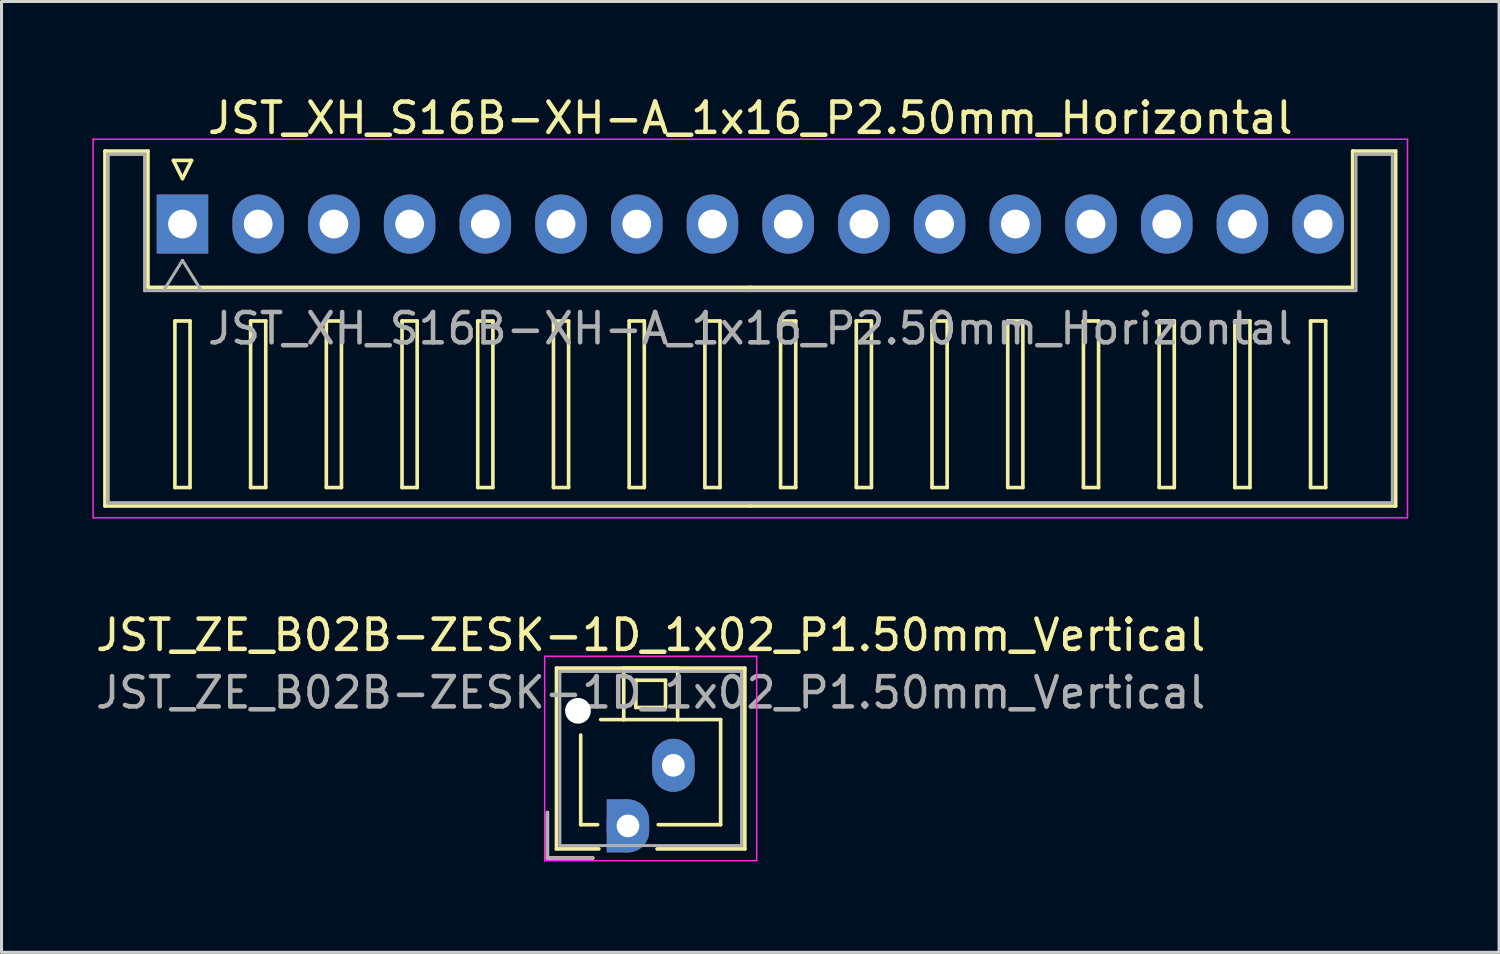
<source format=kicad_pcb>
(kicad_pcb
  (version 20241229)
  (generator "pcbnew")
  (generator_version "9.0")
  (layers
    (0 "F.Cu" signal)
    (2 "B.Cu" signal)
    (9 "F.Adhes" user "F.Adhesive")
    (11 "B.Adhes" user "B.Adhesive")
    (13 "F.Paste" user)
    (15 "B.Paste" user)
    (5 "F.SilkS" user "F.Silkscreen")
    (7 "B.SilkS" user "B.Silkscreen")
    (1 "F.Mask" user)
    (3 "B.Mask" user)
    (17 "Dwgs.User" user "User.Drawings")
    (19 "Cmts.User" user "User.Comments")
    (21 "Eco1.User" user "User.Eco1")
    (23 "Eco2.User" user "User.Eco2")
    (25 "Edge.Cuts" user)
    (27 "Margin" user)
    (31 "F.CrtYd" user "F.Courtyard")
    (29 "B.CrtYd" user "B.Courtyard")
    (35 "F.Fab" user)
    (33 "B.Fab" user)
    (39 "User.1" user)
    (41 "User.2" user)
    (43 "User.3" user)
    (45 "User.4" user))
  (footprint "JST_ZE_B02B-ZESK-1D_1x02_P1.50mm_Vertical"
    (layer "F.Cu")
    (at 17.685 24.221)
    (property "Reference" "JST_ZE_B02B-ZESK-1D_1x02_P1.50mm_Vertical" (at 0.75 -6.3 0) (layer "F.SilkS") (effects (font (size 1 1) (thickness 0.15))))
    (attr through_hole)
    (fp_line (start -2.66 -0.44) (end -2.66 1.06) (stroke (width 0.12) (type solid)) (layer "F.SilkS"))
    (fp_line (start -2.66 1.06) (end -1.16 1.06) (stroke (width 0.12) (type solid)) (layer "F.SilkS"))
    (fp_line (start -2.36 -5.21) (end 3.86 -5.21) (stroke (width 0.12) (type solid)) (layer "F.SilkS"))
    (fp_line (start -2.36 0.76) (end -2.36 -5.21) (stroke (width 0.12) (type solid)) (layer "F.SilkS"))
    (fp_line (start -1.56 -3) (end -1.56 -0.04) (stroke (width 0.12) (type solid)) (layer "F.SilkS"))
    (fp_line (start -1.56 -0.04) (end -1 -0.04) (stroke (width 0.12) (type solid)) (layer "F.SilkS"))
    (fp_line (start -0.96 0.76) (end -2.36 0.76) (stroke (width 0.12) (type solid)) (layer "F.SilkS"))
    (fp_line (start -0.14 -5.21) (end -0.14 -3.51) (stroke (width 0.12) (type solid)) (layer "F.SilkS"))
    (fp_line (start -0.14 -3.51) (end -0.9 -3.51) (stroke (width 0.12) (type solid)) (layer "F.SilkS"))
    (fp_line (start -0.14 -3.51) (end 1.64 -3.51) (stroke (width 0.12) (type solid)) (layer "F.SilkS"))
    (fp_line (start 0.26 -4.81) (end 0.26 -3.91) (stroke (width 0.12) (type solid)) (layer "F.SilkS"))
    (fp_line (start 0.26 -3.91) (end 1.24 -3.91) (stroke (width 0.12) (type solid)) (layer "F.SilkS"))
    (fp_line (start 1.24 -4.81) (end 0.26 -4.81) (stroke (width 0.12) (type solid)) (layer "F.SilkS"))
    (fp_line (start 1.24 -3.91) (end 1.24 -4.81) (stroke (width 0.12) (type solid)) (layer "F.SilkS"))
    (fp_line (start 1.64 -5.21) (end -0.14 -5.21) (stroke (width 0.12) (type solid)) (layer "F.SilkS"))
    (fp_line (start 1.64 -3.51) (end 1.64 -5.21) (stroke (width 0.12) (type solid)) (layer "F.SilkS"))
    (fp_line (start 1.64 -3.51) (end 3.06 -3.51) (stroke (width 0.12) (type solid)) (layer "F.SilkS"))
    (fp_line (start 3.06 -3.51) (end 3.06 -0.04) (stroke (width 0.12) (type solid)) (layer "F.SilkS"))
    (fp_line (start 3.06 -0.04) (end 1 -0.04) (stroke (width 0.12) (type solid)) (layer "F.SilkS"))
    (fp_line (start 3.86 -5.21) (end 3.86 0.76) (stroke (width 0.12) (type solid)) (layer "F.SilkS"))
    (fp_line (start 3.86 0.76) (end 0.96 0.76) (stroke (width 0.12) (type solid)) (layer "F.SilkS"))
    (fp_line (start -2.75 -5.6) (end -2.75 1.15) (stroke (width 0.05) (type solid)) (layer "F.CrtYd"))
    (fp_line (start -2.75 1.15) (end 4.25 1.15) (stroke (width 0.05) (type solid)) (layer "F.CrtYd"))
    (fp_line (start 4.25 -5.6) (end -2.75 -5.6) (stroke (width 0.05) (type solid)) (layer "F.CrtYd"))
    (fp_line (start 4.25 1.15) (end 4.25 -5.6) (stroke (width 0.05) (type solid)) (layer "F.CrtYd"))
    (fp_line (start -2.66 -0.44) (end -2.66 1.06) (stroke (width 0.1) (type solid)) (layer "F.Fab"))
    (fp_line (start -2.66 1.06) (end -1.16 1.06) (stroke (width 0.1) (type solid)) (layer "F.Fab"))
    (fp_line (start -2.25 -5.1) (end -2.25 0.65) (stroke (width 0.1) (type solid)) (layer "F.Fab"))
    (fp_line (start -2.25 0.65) (end 3.75 0.65) (stroke (width 0.1) (type solid)) (layer "F.Fab"))
    (fp_line (start 3.75 -5.1) (end -2.25 -5.1) (stroke (width 0.1) (type solid)) (layer "F.Fab"))
    (fp_line (start 3.75 0.65) (end 3.75 -5.1) (stroke (width 0.1) (type solid)) (layer "F.Fab"))
    (fp_text user "${REFERENCE}" (at 0.75 -4.4 0) (layer "F.Fab") (effects (font (size 1 1) (thickness 0.15))))
    (pad "" np_thru_hole circle (at -1.65 -3.8) (size 0.85 0.85) (drill 0.85) (layers "*.Cu" "*.Mask"))
    (pad "1" smd rect (at -0.35 0) (size 0.7 1.75) (layers "F.Cu" "F.Mask"))
    (pad "1" smd rect (at -0.35 0) (size 0.7 1.75) (layers "B.Cu" "B.Mask"))
    (pad "1" thru_hole oval (at 0 0) (size 1.4 1.75) (drill 0.75) (layers "*.Cu" "*.Mask"))
    (pad "2" thru_hole oval (at 1.5 -2) (size 1.4 1.75) (drill 0.75) (layers "*.Cu" "*.Mask")))
  (footprint "JST_XH_S16B-XH-A_1x16_P2.50mm_Horizontal"
    (layer "F.Cu")
    (at 2.975 4.348)
    (property "Reference" "JST_XH_S16B-XH-A_1x16_P2.50mm_Horizontal" (at 18.75 -3.5 0) (layer "F.SilkS") (effects (font (size 1 1) (thickness 0.15))))
    (attr through_hole)
    (fp_line (start -2.56 -2.41) (end -1.14 -2.41) (stroke (width 0.12) (type solid)) (layer "F.SilkS"))
    (fp_line (start -2.56 9.31) (end -2.56 -2.41) (stroke (width 0.12) (type solid)) (layer "F.SilkS"))
    (fp_line (start -1.14 -2.41) (end -1.14 2.09) (stroke (width 0.12) (type solid)) (layer "F.SilkS"))
    (fp_line (start -1.14 2.09) (end 18.75 2.09) (stroke (width 0.12) (type solid)) (layer "F.SilkS"))
    (fp_line (start -0.3 -2.1) (end 0.3 -2.1) (stroke (width 0.12) (type solid)) (layer "F.SilkS"))
    (fp_line (start -0.25 3.2) (end -0.25 8.7) (stroke (width 0.12) (type solid)) (layer "F.SilkS"))
    (fp_line (start -0.25 8.7) (end 0.25 8.7) (stroke (width 0.12) (type solid)) (layer "F.SilkS"))
    (fp_line (start 0 -1.5) (end -0.3 -2.1) (stroke (width 0.12) (type solid)) (layer "F.SilkS"))
    (fp_line (start 0.25 3.2) (end -0.25 3.2) (stroke (width 0.12) (type solid)) (layer "F.SilkS"))
    (fp_line (start 0.25 8.7) (end 0.25 3.2) (stroke (width 0.12) (type solid)) (layer "F.SilkS"))
    (fp_line (start 0.3 -2.1) (end 0 -1.5) (stroke (width 0.12) (type solid)) (layer "F.SilkS"))
    (fp_line (start 2.25 3.2) (end 2.25 8.7) (stroke (width 0.12) (type solid)) (layer "F.SilkS"))
    (fp_line (start 2.25 8.7) (end 2.75 8.7) (stroke (width 0.12) (type solid)) (layer "F.SilkS"))
    (fp_line (start 2.75 3.2) (end 2.25 3.2) (stroke (width 0.12) (type solid)) (layer "F.SilkS"))
    (fp_line (start 2.75 8.7) (end 2.75 3.2) (stroke (width 0.12) (type solid)) (layer "F.SilkS"))
    (fp_line (start 4.75 3.2) (end 4.75 8.7) (stroke (width 0.12) (type solid)) (layer "F.SilkS"))
    (fp_line (start 4.75 8.7) (end 5.25 8.7) (stroke (width 0.12) (type solid)) (layer "F.SilkS"))
    (fp_line (start 5.25 3.2) (end 4.75 3.2) (stroke (width 0.12) (type solid)) (layer "F.SilkS"))
    (fp_line (start 5.25 8.7) (end 5.25 3.2) (stroke (width 0.12) (type solid)) (layer "F.SilkS"))
    (fp_line (start 7.25 3.2) (end 7.25 8.7) (stroke (width 0.12) (type solid)) (layer "F.SilkS"))
    (fp_line (start 7.25 8.7) (end 7.75 8.7) (stroke (width 0.12) (type solid)) (layer "F.SilkS"))
    (fp_line (start 7.75 3.2) (end 7.25 3.2) (stroke (width 0.12) (type solid)) (layer "F.SilkS"))
    (fp_line (start 7.75 8.7) (end 7.75 3.2) (stroke (width 0.12) (type solid)) (layer "F.SilkS"))
    (fp_line (start 9.75 3.2) (end 9.75 8.7) (stroke (width 0.12) (type solid)) (layer "F.SilkS"))
    (fp_line (start 9.75 8.7) (end 10.25 8.7) (stroke (width 0.12) (type solid)) (layer "F.SilkS"))
    (fp_line (start 10.25 3.2) (end 9.75 3.2) (stroke (width 0.12) (type solid)) (layer "F.SilkS"))
    (fp_line (start 10.25 8.7) (end 10.25 3.2) (stroke (width 0.12) (type solid)) (layer "F.SilkS"))
    (fp_line (start 12.25 3.2) (end 12.25 8.7) (stroke (width 0.12) (type solid)) (layer "F.SilkS"))
    (fp_line (start 12.25 8.7) (end 12.75 8.7) (stroke (width 0.12) (type solid)) (layer "F.SilkS"))
    (fp_line (start 12.75 3.2) (end 12.25 3.2) (stroke (width 0.12) (type solid)) (layer "F.SilkS"))
    (fp_line (start 12.75 8.7) (end 12.75 3.2) (stroke (width 0.12) (type solid)) (layer "F.SilkS"))
    (fp_line (start 14.75 3.2) (end 14.75 8.7) (stroke (width 0.12) (type solid)) (layer "F.SilkS"))
    (fp_line (start 14.75 8.7) (end 15.25 8.7) (stroke (width 0.12) (type solid)) (layer "F.SilkS"))
    (fp_line (start 15.25 3.2) (end 14.75 3.2) (stroke (width 0.12) (type solid)) (layer "F.SilkS"))
    (fp_line (start 15.25 8.7) (end 15.25 3.2) (stroke (width 0.12) (type solid)) (layer "F.SilkS"))
    (fp_line (start 17.25 3.2) (end 17.25 8.7) (stroke (width 0.12) (type solid)) (layer "F.SilkS"))
    (fp_line (start 17.25 8.7) (end 17.75 8.7) (stroke (width 0.12) (type solid)) (layer "F.SilkS"))
    (fp_line (start 17.75 3.2) (end 17.25 3.2) (stroke (width 0.12) (type solid)) (layer "F.SilkS"))
    (fp_line (start 17.75 8.7) (end 17.75 3.2) (stroke (width 0.12) (type solid)) (layer "F.SilkS"))
    (fp_line (start 18.75 9.31) (end -2.56 9.31) (stroke (width 0.12) (type solid)) (layer "F.SilkS"))
    (fp_line (start 18.75 9.31) (end 40.06 9.31) (stroke (width 0.12) (type solid)) (layer "F.SilkS"))
    (fp_line (start 19.75 3.2) (end 19.75 8.7) (stroke (width 0.12) (type solid)) (layer "F.SilkS"))
    (fp_line (start 19.75 8.7) (end 20.25 8.7) (stroke (width 0.12) (type solid)) (layer "F.SilkS"))
    (fp_line (start 20.25 3.2) (end 19.75 3.2) (stroke (width 0.12) (type solid)) (layer "F.SilkS"))
    (fp_line (start 20.25 8.7) (end 20.25 3.2) (stroke (width 0.12) (type solid)) (layer "F.SilkS"))
    (fp_line (start 22.25 3.2) (end 22.25 8.7) (stroke (width 0.12) (type solid)) (layer "F.SilkS"))
    (fp_line (start 22.25 8.7) (end 22.75 8.7) (stroke (width 0.12) (type solid)) (layer "F.SilkS"))
    (fp_line (start 22.75 3.2) (end 22.25 3.2) (stroke (width 0.12) (type solid)) (layer "F.SilkS"))
    (fp_line (start 22.75 8.7) (end 22.75 3.2) (stroke (width 0.12) (type solid)) (layer "F.SilkS"))
    (fp_line (start 24.75 3.2) (end 24.75 8.7) (stroke (width 0.12) (type solid)) (layer "F.SilkS"))
    (fp_line (start 24.75 8.7) (end 25.25 8.7) (stroke (width 0.12) (type solid)) (layer "F.SilkS"))
    (fp_line (start 25.25 3.2) (end 24.75 3.2) (stroke (width 0.12) (type solid)) (layer "F.SilkS"))
    (fp_line (start 25.25 8.7) (end 25.25 3.2) (stroke (width 0.12) (type solid)) (layer "F.SilkS"))
    (fp_line (start 27.25 3.2) (end 27.25 8.7) (stroke (width 0.12) (type solid)) (layer "F.SilkS"))
    (fp_line (start 27.25 8.7) (end 27.75 8.7) (stroke (width 0.12) (type solid)) (layer "F.SilkS"))
    (fp_line (start 27.75 3.2) (end 27.25 3.2) (stroke (width 0.12) (type solid)) (layer "F.SilkS"))
    (fp_line (start 27.75 8.7) (end 27.75 3.2) (stroke (width 0.12) (type solid)) (layer "F.SilkS"))
    (fp_line (start 29.75 3.2) (end 29.75 8.7) (stroke (width 0.12) (type solid)) (layer "F.SilkS"))
    (fp_line (start 29.75 8.7) (end 30.25 8.7) (stroke (width 0.12) (type solid)) (layer "F.SilkS"))
    (fp_line (start 30.25 3.2) (end 29.75 3.2) (stroke (width 0.12) (type solid)) (layer "F.SilkS"))
    (fp_line (start 30.25 8.7) (end 30.25 3.2) (stroke (width 0.12) (type solid)) (layer "F.SilkS"))
    (fp_line (start 32.25 3.2) (end 32.25 8.7) (stroke (width 0.12) (type solid)) (layer "F.SilkS"))
    (fp_line (start 32.25 8.7) (end 32.75 8.7) (stroke (width 0.12) (type solid)) (layer "F.SilkS"))
    (fp_line (start 32.75 3.2) (end 32.25 3.2) (stroke (width 0.12) (type solid)) (layer "F.SilkS"))
    (fp_line (start 32.75 8.7) (end 32.75 3.2) (stroke (width 0.12) (type solid)) (layer "F.SilkS"))
    (fp_line (start 34.75 3.2) (end 34.75 8.7) (stroke (width 0.12) (type solid)) (layer "F.SilkS"))
    (fp_line (start 34.75 8.7) (end 35.25 8.7) (stroke (width 0.12) (type solid)) (layer "F.SilkS"))
    (fp_line (start 35.25 3.2) (end 34.75 3.2) (stroke (width 0.12) (type solid)) (layer "F.SilkS"))
    (fp_line (start 35.25 8.7) (end 35.25 3.2) (stroke (width 0.12) (type solid)) (layer "F.SilkS"))
    (fp_line (start 37.25 3.2) (end 37.25 8.7) (stroke (width 0.12) (type solid)) (layer "F.SilkS"))
    (fp_line (start 37.25 8.7) (end 37.75 8.7) (stroke (width 0.12) (type solid)) (layer "F.SilkS"))
    (fp_line (start 37.75 3.2) (end 37.25 3.2) (stroke (width 0.12) (type solid)) (layer "F.SilkS"))
    (fp_line (start 37.75 8.7) (end 37.75 3.2) (stroke (width 0.12) (type solid)) (layer "F.SilkS"))
    (fp_line (start 38.64 -2.41) (end 38.64 2.09) (stroke (width 0.12) (type solid)) (layer "F.SilkS"))
    (fp_line (start 38.64 2.09) (end 18.75 2.09) (stroke (width 0.12) (type solid)) (layer "F.SilkS"))
    (fp_line (start 40.06 -2.41) (end 38.64 -2.41) (stroke (width 0.12) (type solid)) (layer "F.SilkS"))
    (fp_line (start 40.06 9.31) (end 40.06 -2.41) (stroke (width 0.12) (type solid)) (layer "F.SilkS"))
    (fp_line (start -2.95 -2.8) (end -2.95 9.7) (stroke (width 0.05) (type solid)) (layer "F.CrtYd"))
    (fp_line (start -2.95 9.7) (end 40.45 9.7) (stroke (width 0.05) (type solid)) (layer "F.CrtYd"))
    (fp_line (start 40.45 -2.8) (end -2.95 -2.8) (stroke (width 0.05) (type solid)) (layer "F.CrtYd"))
    (fp_line (start 40.45 9.7) (end 40.45 -2.8) (stroke (width 0.05) (type solid)) (layer "F.CrtYd"))
    (fp_line (start -2.45 -2.3) (end -1.25 -2.3) (stroke (width 0.1) (type solid)) (layer "F.Fab"))
    (fp_line (start -2.45 9.2) (end -2.45 -2.3) (stroke (width 0.1) (type solid)) (layer "F.Fab"))
    (fp_line (start -1.25 -2.3) (end -1.25 2.2) (stroke (width 0.1) (type solid)) (layer "F.Fab"))
    (fp_line (start -1.25 2.2) (end 18.75 2.2) (stroke (width 0.1) (type solid)) (layer "F.Fab"))
    (fp_line (start -0.625 2.2) (end 0 1.2) (stroke (width 0.1) (type solid)) (layer "F.Fab"))
    (fp_line (start 0 1.2) (end 0.625 2.2) (stroke (width 0.1) (type solid)) (layer "F.Fab"))
    (fp_line (start 18.75 9.2) (end -2.45 9.2) (stroke (width 0.1) (type solid)) (layer "F.Fab"))
    (fp_line (start 18.75 9.2) (end 39.95 9.2) (stroke (width 0.1) (type solid)) (layer "F.Fab"))
    (fp_line (start 38.75 -2.3) (end 38.75 2.2) (stroke (width 0.1) (type solid)) (layer "F.Fab"))
    (fp_line (start 38.75 2.2) (end 18.75 2.2) (stroke (width 0.1) (type solid)) (layer "F.Fab"))
    (fp_line (start 39.95 -2.3) (end 38.75 -2.3) (stroke (width 0.1) (type solid)) (layer "F.Fab"))
    (fp_line (start 39.95 9.2) (end 39.95 -2.3) (stroke (width 0.1) (type solid)) (layer "F.Fab"))
    (fp_text user "${REFERENCE}" (at 18.75 3.45 0) (layer "F.Fab") (effects (font (size 1 1) (thickness 0.15))))
    (pad "1" thru_hole rect (at 0 0) (size 1.7 1.95) (drill 0.95) (layers "*.Cu" "*.Mask"))
    (pad "2" thru_hole oval (at 2.5 0) (size 1.7 1.95) (drill 0.95) (layers "*.Cu" "*.Mask"))
    (pad "3" thru_hole oval (at 5 0) (size 1.7 1.95) (drill 0.95) (layers "*.Cu" "*.Mask"))
    (pad "4" thru_hole oval (at 7.5 0) (size 1.7 1.95) (drill 0.95) (layers "*.Cu" "*.Mask"))
    (pad "5" thru_hole oval (at 10 0) (size 1.7 1.95) (drill 0.95) (layers "*.Cu" "*.Mask"))
    (pad "6" thru_hole oval (at 12.5 0) (size 1.7 1.95) (drill 0.95) (layers "*.Cu" "*.Mask"))
    (pad "7" thru_hole oval (at 15 0) (size 1.7 1.95) (drill 0.95) (layers "*.Cu" "*.Mask"))
    (pad "8" thru_hole oval (at 17.5 0) (size 1.7 1.95) (drill 0.95) (layers "*.Cu" "*.Mask"))
    (pad "9" thru_hole oval (at 20 0) (size 1.7 1.95) (drill 0.95) (layers "*.Cu" "*.Mask"))
    (pad "10" thru_hole oval (at 22.5 0) (size 1.7 1.95) (drill 0.95) (layers "*.Cu" "*.Mask"))
    (pad "11" thru_hole oval (at 25 0) (size 1.7 1.95) (drill 0.95) (layers "*.Cu" "*.Mask"))
    (pad "12" thru_hole oval (at 27.5 0) (size 1.7 1.95) (drill 0.95) (layers "*.Cu" "*.Mask"))
    (pad "13" thru_hole oval (at 30 0) (size 1.7 1.95) (drill 0.95) (layers "*.Cu" "*.Mask"))
    (pad "14" thru_hole oval (at 32.5 0) (size 1.7 1.95) (drill 0.95) (layers "*.Cu" "*.Mask"))
    (pad "15" thru_hole oval (at 35 0) (size 1.7 1.95) (drill 0.95) (layers "*.Cu" "*.Mask"))
    (pad "16" thru_hole oval (at 37.5 0) (size 1.7 1.95) (drill 0.95) (layers "*.Cu" "*.Mask")))
  (gr_rect
    (start -3 -3)
    (end 46.45 28.396)
    (stroke (width 0.1) (type default))
    (fill no)
    (layer "Edge.Cuts")))
</source>
